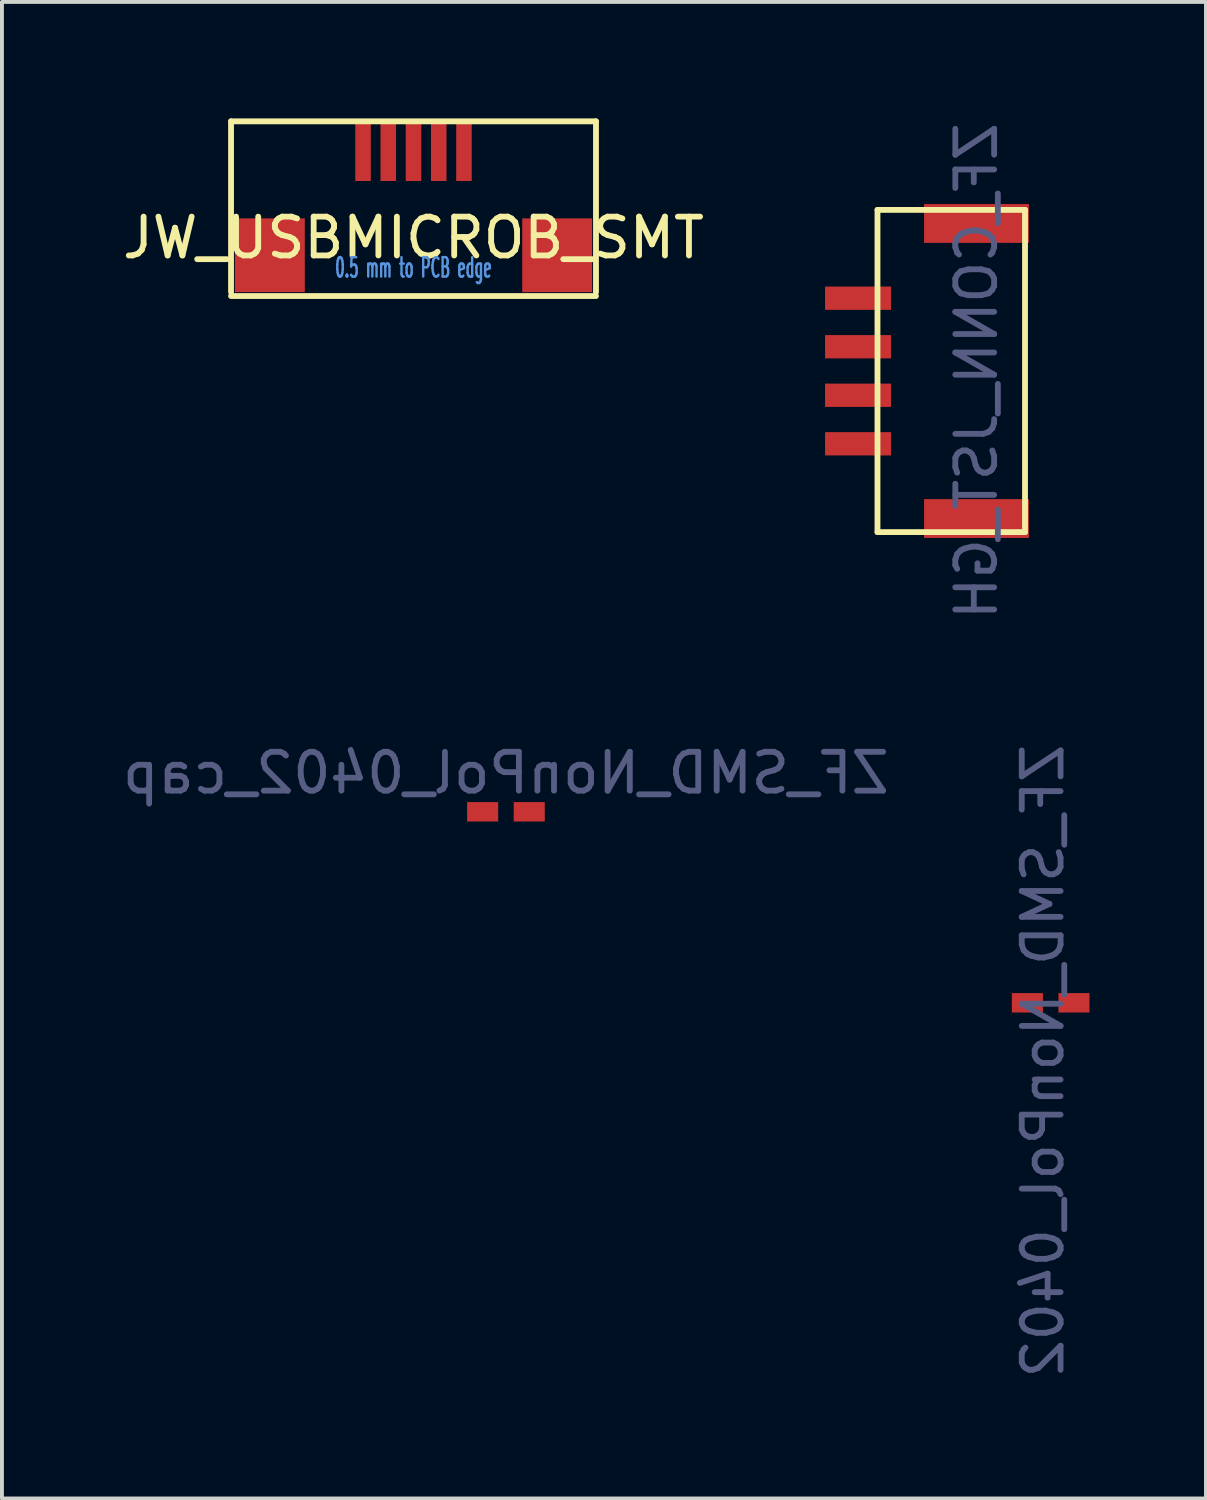
<source format=kicad_pcb>
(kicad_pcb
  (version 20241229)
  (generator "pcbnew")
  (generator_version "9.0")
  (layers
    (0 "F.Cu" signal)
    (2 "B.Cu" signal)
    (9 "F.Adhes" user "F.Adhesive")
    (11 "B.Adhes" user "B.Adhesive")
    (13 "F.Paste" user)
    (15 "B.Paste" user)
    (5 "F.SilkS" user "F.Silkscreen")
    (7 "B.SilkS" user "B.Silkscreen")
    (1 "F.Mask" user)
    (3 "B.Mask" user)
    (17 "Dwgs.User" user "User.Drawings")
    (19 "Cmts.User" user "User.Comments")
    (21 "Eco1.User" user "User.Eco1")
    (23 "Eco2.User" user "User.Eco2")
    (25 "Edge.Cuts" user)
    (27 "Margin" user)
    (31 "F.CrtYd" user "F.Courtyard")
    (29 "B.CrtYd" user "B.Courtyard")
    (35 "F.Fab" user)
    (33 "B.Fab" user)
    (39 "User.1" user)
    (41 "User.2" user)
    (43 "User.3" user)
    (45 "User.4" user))
  (footprint "ZF_SMD_NonPol_0402_cap"
    (layer "F.Cu")
    (at 9.982 17.86)
    (property "Reference" "ZF_SMD_NonPol_0402_cap" (at 0 -1 0) (layer "B.Fab") (effects (font (size 1 1) (thickness 0.15)) (justify mirror)))
    (attr smd)
    (pad "1" smd rect (at -0.6 0) (size 0.8 0.5) (layers "F.Cu" "F.Mask" "F.Paste"))
    (pad "2" smd rect (at 0.6 0) (size 0.8 0.5) (layers "F.Cu" "F.Mask" "F.Paste")))
  (footprint "JW_USBMICROB_SMT"
    (layer "F.Cu")
    (at 7.601 2.575)
    (property "Reference" "JW_USBMICROB_SMT" (at 0 0.5 0) (layer "F.SilkS") (effects (font (size 1 1) (thickness 0.15))))
    (attr through_hole)
    (fp_line (start -4.7 -2.5) (end 4.7 -2.5) (stroke (width 0.15) (type solid)) (layer "F.SilkS"))
    (fp_line (start -4.7 1.9) (end -4.7 -2.5) (stroke (width 0.15) (type solid)) (layer "F.SilkS"))
    (fp_line (start -4.7 2) (end 4.7 2) (stroke (width 0.15) (type solid)) (layer "F.SilkS"))
    (fp_line (start 4.7 1.9) (end 4.7 -2.5) (stroke (width 0.15) (type solid)) (layer "F.SilkS"))
    (fp_text user "0.5 mm to PCB edge" (at 0 1.27 0) (layer "Cmts.User") (effects (font (size 0.5 0.25) (thickness 0.062))))
    (pad "1" smd rect (at -1.3 -1.725) (size 0.4 1.524) (layers "F.Cu" "F.Mask" "F.Paste"))
    (pad "2" smd rect (at -0.65 -1.725) (size 0.4 1.524) (layers "F.Cu" "F.Mask" "F.Paste"))
    (pad "3" smd rect (at 0 -1.725) (size 0.4 1.524) (layers "F.Cu" "F.Mask" "F.Paste"))
    (pad "4" smd rect (at 0.65 -1.725) (size 0.4 1.524) (layers "F.Cu" "F.Mask" "F.Paste"))
    (pad "5" smd rect (at 1.3 -1.725) (size 0.4 1.524) (layers "F.Cu" "F.Mask" "F.Paste"))
    (pad "6" smd rect (at -3.7 0.95) (size 1.8 1.9) (layers "F.Cu" "F.Mask" "F.Paste"))
    (pad "6" smd rect (at 3.7 0.95) (size 1.8 1.9) (layers "F.Cu" "F.Mask" "F.Paste")))
  (footprint "ZF_SMD_NonPol_0402"
    (layer "F.Cu")
    (at 24.013 22.78)
    (property "Reference" "ZF_SMD_NonPol_0402" (at -0.2 1.5 270) (layer "B.Fab") (effects (font (size 1 1) (thickness 0.15)) (justify mirror)))
    (attr smd)
    (pad "1" smd rect (at -0.6 0) (size 0.8 0.5) (layers "F.Cu" "F.Mask" "F.Paste"))
    (pad "2" smd rect (at 0.6 0) (size 0.8 0.5) (layers "F.Cu" "F.Mask" "F.Paste")))
  (footprint "ZF_CONN_JST_GH"
    (layer "F.Cu")
    (at 21.452 6.506)
    (property "Reference" "ZF_CONN_JST_GH" (at 0.65 0 90) (layer "B.Fab") (effects (font (size 1 1) (thickness 0.15)) (justify mirror)))
    (attr smd)
    (fp_line (start -1.9 -4.15) (end -1.9 4.15) (stroke (width 0.15) (type solid)) (layer "F.SilkS"))
    (fp_line (start -1.9 4.15) (end 1.9 4.15) (stroke (width 0.15) (type solid)) (layer "F.SilkS"))
    (fp_line (start 1.9 -4.15) (end -1.9 -4.15) (stroke (width 0.15) (type solid)) (layer "F.SilkS"))
    (fp_line (start 1.9 4.15) (end 1.9 -4.15) (stroke (width 0.15) (type solid)) (layer "F.SilkS"))
    (pad "" smd rect (at 0.65 -3.8 90) (size 1 2.7) (layers "F.Cu" "F.Mask" "F.Paste"))
    (pad "" smd rect (at 0.65 3.8 90) (size 1 2.7) (layers "F.Cu" "F.Mask" "F.Paste"))
    (pad "1" smd rect (at -2.4 1.875 90) (size 0.6 1.7) (layers "F.Cu" "F.Mask" "F.Paste"))
    (pad "2" smd rect (at -2.4 0.625 90) (size 0.6 1.7) (layers "F.Cu" "F.Mask" "F.Paste"))
    (pad "3" smd rect (at -2.4 -0.625 90) (size 0.6 1.7) (layers "F.Cu" "F.Mask" "F.Paste"))
    (pad "4" smd rect (at -2.4 -1.875 90) (size 0.6 1.7) (layers "F.Cu" "F.Mask" "F.Paste")))
  (gr_rect
    (start -3 -3)
    (end 28.013 35.548)
    (stroke (width 0.1) (type default))
    (fill no)
    (layer "Edge.Cuts")))
</source>
